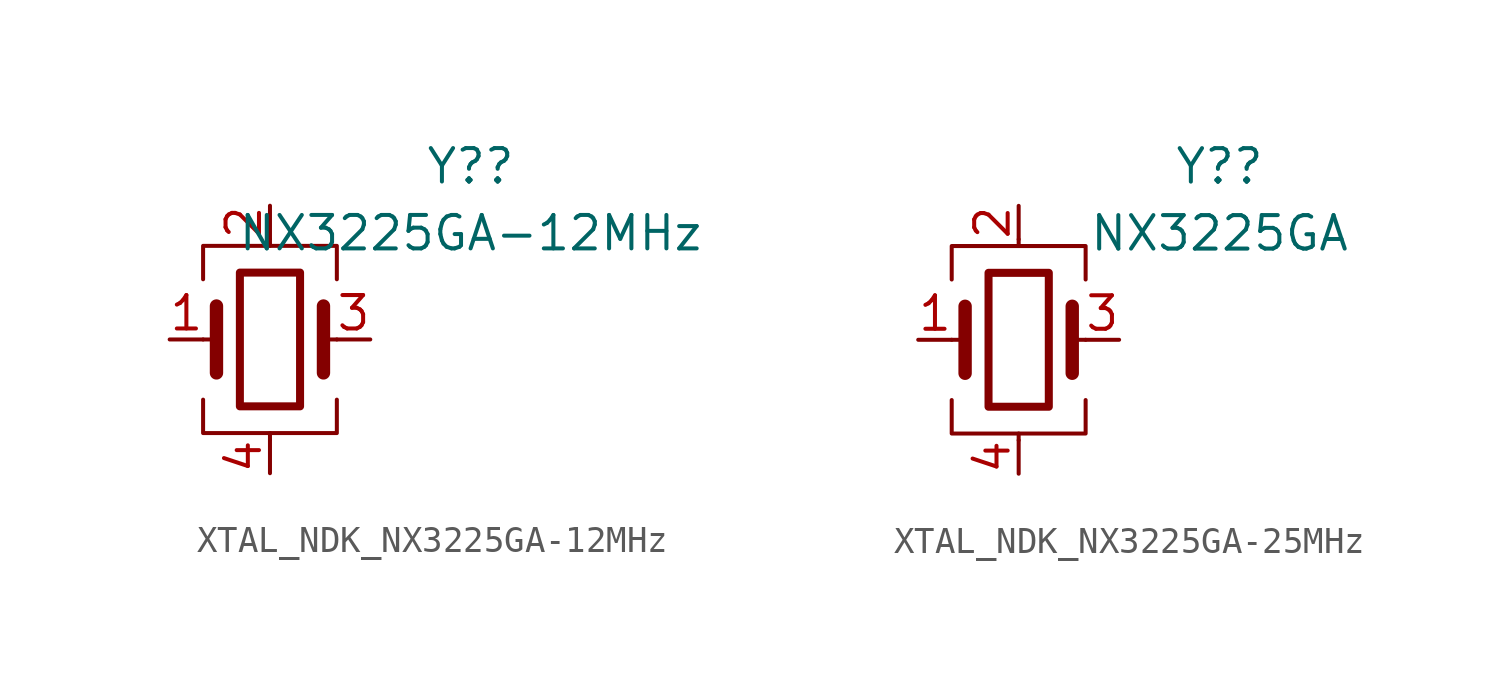
<source format=kicad_sym>
(kicad_symbol_lib
  (version 20231120)
  (generator "kicad_symbol_editor")
  (generator_version "8.0")
  (symbol "XTAL_NDK_NX3225GA-12MHz"
    (pin_names
      (offset 1.016) hide)
    (property "Reference" "Y?"
      (at 7.62 6.579 0)
      (effects (font (size 1.27 1.27))))
    (property "Value" "NX3225GA-12MHz"
      (at 7.62 4.039 0)
      (effects (font (size 1.27 1.27))))
    (symbol "XTAL_NDK_NX3225GA-12MHz_0_1"
      (rectangle (start -1.143 2.54) (end 1.143 -2.54) (stroke (width 0.305) (type default)) (fill (type none)))
      (polyline (pts (xy -2.54 0) (xy -2.032 0)) (stroke (width 0) (type default)) (fill (type none)))
      (polyline (pts (xy -2.032 -1.27) (xy -2.032 1.27)) (stroke (width 0.508) (type default)) (fill (type none)))
      (polyline (pts (xy 0 -3.81) (xy 0 -3.556)) (stroke (width 0) (type default)) (fill (type none)))
      (polyline (pts (xy 0 3.556) (xy 0 3.81)) (stroke (width 0) (type default)) (fill (type none)))
      (polyline (pts (xy 2.032 -1.27) (xy 2.032 1.27)) (stroke (width 0.508) (type default)) (fill (type none)))
      (polyline (pts (xy 2.032 0) (xy 2.54 0)) (stroke (width 0) (type default)) (fill (type none)))
      (polyline (pts (xy -2.54 -2.286) (xy -2.54 -3.556) (xy 2.54 -3.556) (xy 2.54 -2.286)) (stroke (width 0) (type default)) (fill (type none)))
      (polyline (pts (xy -2.54 2.286) (xy -2.54 3.556) (xy 2.54 3.556) (xy 2.54 2.286)) (stroke (width 0) (type default)) (fill (type none))))
    (symbol "XTAL_NDK_NX3225GA-12MHz_1_1"
      (pin passive line (at -3.81 0 0) (length 1.27) (name "1" (effects (font (size 1.27 1.27)))) (number "1" (effects (font (size 1.27 1.27)))))
      (pin passive line (at 0 5.08 270) (length 1.27) (name "2" (effects (font (size 1.27 1.27)))) (number "2" (effects (font (size 1.27 1.27)))))
      (pin passive line (at 3.81 0 180) (length 1.27) (name "3" (effects (font (size 1.27 1.27)))) (number "3" (effects (font (size 1.27 1.27)))))
      (pin passive line (at 0 -5.08 90) (length 1.27) (name "4" (effects (font (size 1.27 1.27)))) (number "4" (effects (font (size 1.27 1.27)))))))
  (symbol "XTAL_NDK_NX3225GA-25MHz"
    (pin_names
      (offset 1.016) hide)
    (property "Reference" "Y?"
      (at 7.62 6.579 0)
      (effects (font (size 1.27 1.27))))
    (property "Value" "NX3225GA"
      (at 7.62 4.039 0)
      (effects (font (size 1.27 1.27))))
    (symbol "XTAL_NDK_NX3225GA-25MHz_0_1"
      (rectangle (start -1.143 2.54) (end 1.143 -2.54) (stroke (width 0.305) (type default)) (fill (type none)))
      (polyline (pts (xy -2.54 0) (xy -2.032 0)) (stroke (width 0) (type default)) (fill (type none)))
      (polyline (pts (xy -2.032 -1.27) (xy -2.032 1.27)) (stroke (width 0.508) (type default)) (fill (type none)))
      (polyline (pts (xy 0 -3.81) (xy 0 -3.556)) (stroke (width 0) (type default)) (fill (type none)))
      (polyline (pts (xy 0 3.556) (xy 0 3.81)) (stroke (width 0) (type default)) (fill (type none)))
      (polyline (pts (xy 2.032 -1.27) (xy 2.032 1.27)) (stroke (width 0.508) (type default)) (fill (type none)))
      (polyline (pts (xy 2.032 0) (xy 2.54 0)) (stroke (width 0) (type default)) (fill (type none)))
      (polyline (pts (xy -2.54 -2.286) (xy -2.54 -3.556) (xy 2.54 -3.556) (xy 2.54 -2.286)) (stroke (width 0) (type default)) (fill (type none)))
      (polyline (pts (xy -2.54 2.286) (xy -2.54 3.556) (xy 2.54 3.556) (xy 2.54 2.286)) (stroke (width 0) (type default)) (fill (type none))))
    (symbol "XTAL_NDK_NX3225GA-25MHz_1_1"
      (pin passive line (at -3.81 0 0) (length 1.27) (name "1" (effects (font (size 1.27 1.27)))) (number "1" (effects (font (size 1.27 1.27)))))
      (pin passive line (at 0 5.08 270) (length 1.27) (name "2" (effects (font (size 1.27 1.27)))) (number "2" (effects (font (size 1.27 1.27)))))
      (pin passive line (at 3.81 0 180) (length 1.27) (name "3" (effects (font (size 1.27 1.27)))) (number "3" (effects (font (size 1.27 1.27)))))
      (pin passive line (at 0 -5.08 90) (length 1.27) (name "4" (effects (font (size 1.27 1.27)))) (number "4" (effects (font (size 1.27 1.27))))))))
</source>
